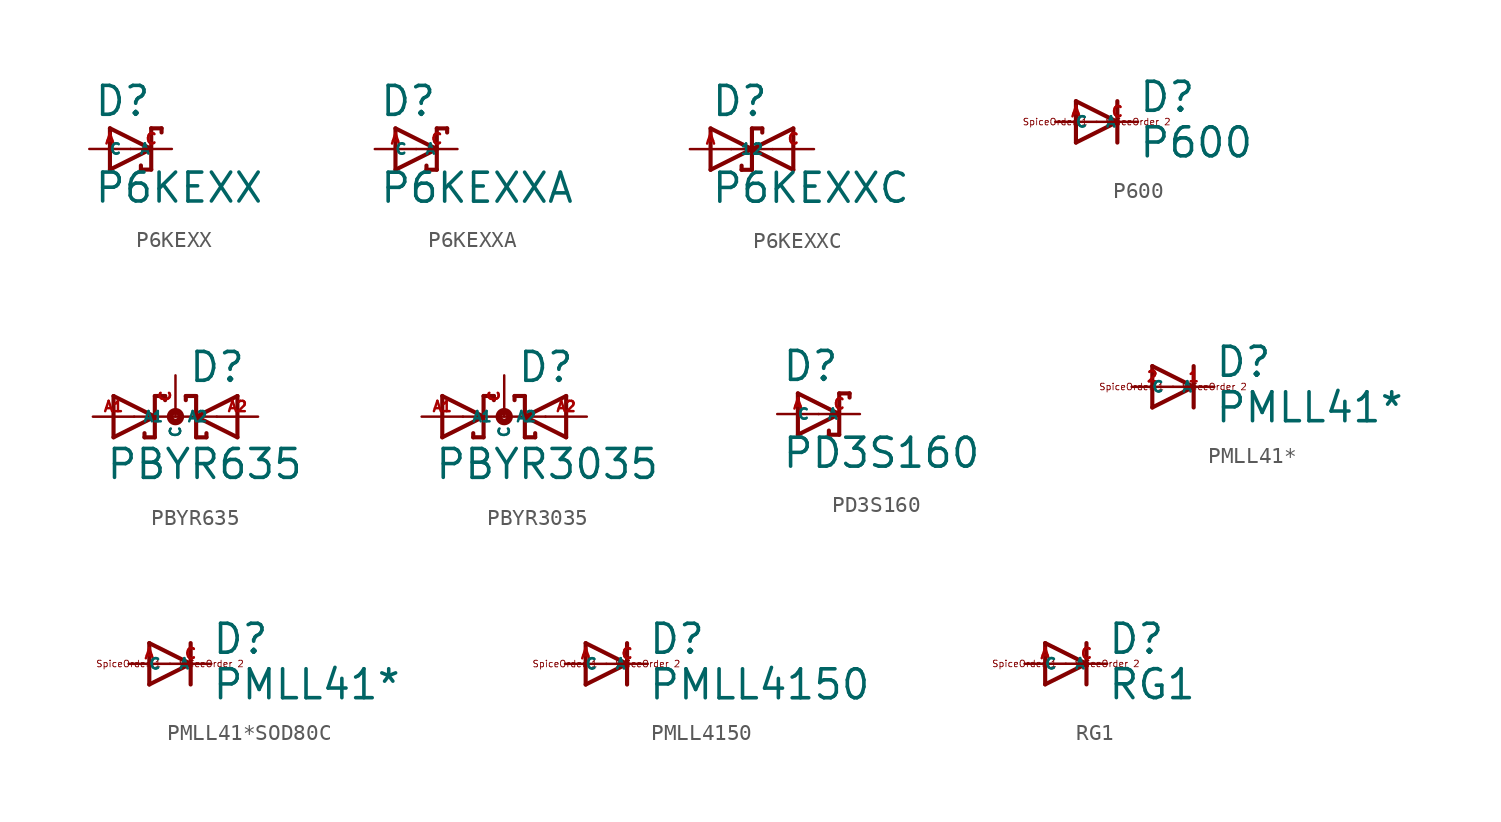
<source format=kicad_sym>
(kicad_symbol_lib
  (version 20220914)
  (generator Eagle2Kicad)
  (symbol "P6KEXX"
    (property "Reference" "D"
      (at -2.286 1.905 0)
      (effects (font (size 1.778 1.778) (thickness 0.22)) (justify left bottom)))
    (property "Value" "P6KEXX"
      (at -2.286 -3.429 0)
      (effects (font (size 1.778 1.778) (thickness 0.22)) (justify left bottom)))
    (polyline
      (pts (xy -1.27 -1.27) (xy 1.27 0))
      (stroke (width 0.254) (type default))
      (fill (type none)))
    (polyline
      (pts (xy 1.27 0) (xy -1.27 1.27))
      (stroke (width 0.254) (type default))
      (fill (type none)))
    (polyline
      (pts (xy 1.905 1.27) (xy 1.27 1.27))
      (stroke (width 0.254) (type default))
      (fill (type none)))
    (polyline
      (pts (xy 1.27 1.27) (xy 1.27 0))
      (stroke (width 0.254) (type default))
      (fill (type none)))
    (polyline
      (pts (xy -1.27 1.27) (xy -1.27 -1.27))
      (stroke (width 0.254) (type default))
      (fill (type none)))
    (polyline
      (pts (xy 1.27 0) (xy 1.27 -1.27))
      (stroke (width 0.254) (type default))
      (fill (type none)))
    (polyline
      (pts (xy 1.905 1.27) (xy 1.905 1.016))
      (stroke (width 0.254) (type default))
      (fill (type none)))
    (polyline
      (pts (xy 1.27 -1.27) (xy 0.635 -1.27))
      (stroke (width 0.254) (type default))
      (fill (type none)))
    (polyline
      (pts (xy 0.635 -1.016) (xy 0.635 -1.27))
      (stroke (width 0.254) (type default))
      (fill (type none)))
    (pin passive line
      (at -2.54 0 0)
      (length 2.54)
      (name "A" (effects (font (size 0.635 0.635) (thickness 0.08)) (justify left bottom)))
      (number "A" (effects (font (size 0.635 0.635) (thickness 0.08)) (justify left bottom))))
    (pin passive line
      (at 2.54 0 180)
      (length 2.54)
      (name "C" (effects (font (size 0.635 0.635) (thickness 0.08)) (justify left bottom)))
      (number "C" (effects (font (size 0.635 0.635) (thickness 0.08)) (justify left bottom)))))
  (symbol "P6KEXXA"
    (property "Reference" "D"
      (at -2.286 1.905 0)
      (effects (font (size 1.778 1.778) (thickness 0.22)) (justify left bottom)))
    (property "Value" "P6KEXXA"
      (at -2.286 -3.429 0)
      (effects (font (size 1.778 1.778) (thickness 0.22)) (justify left bottom)))
    (polyline
      (pts (xy -1.27 -1.27) (xy 1.27 0))
      (stroke (width 0.254) (type default))
      (fill (type none)))
    (polyline
      (pts (xy 1.27 0) (xy -1.27 1.27))
      (stroke (width 0.254) (type default))
      (fill (type none)))
    (polyline
      (pts (xy 1.905 1.27) (xy 1.27 1.27))
      (stroke (width 0.254) (type default))
      (fill (type none)))
    (polyline
      (pts (xy 1.27 1.27) (xy 1.27 0))
      (stroke (width 0.254) (type default))
      (fill (type none)))
    (polyline
      (pts (xy -1.27 1.27) (xy -1.27 -1.27))
      (stroke (width 0.254) (type default))
      (fill (type none)))
    (polyline
      (pts (xy 1.27 0) (xy 1.27 -1.27))
      (stroke (width 0.254) (type default))
      (fill (type none)))
    (polyline
      (pts (xy 1.905 1.27) (xy 1.905 1.016))
      (stroke (width 0.254) (type default))
      (fill (type none)))
    (polyline
      (pts (xy 1.27 -1.27) (xy 0.635 -1.27))
      (stroke (width 0.254) (type default))
      (fill (type none)))
    (polyline
      (pts (xy 0.635 -1.016) (xy 0.635 -1.27))
      (stroke (width 0.254) (type default))
      (fill (type none)))
    (pin passive line
      (at -2.54 0 0)
      (length 2.54)
      (name "A" (effects (font (size 0.635 0.635) (thickness 0.08)) (justify left bottom)))
      (number "A" (effects (font (size 0.635 0.635) (thickness 0.08)) (justify left bottom))))
    (pin passive line
      (at 2.54 0 180)
      (length 2.54)
      (name "C" (effects (font (size 0.635 0.635) (thickness 0.08)) (justify left bottom)))
      (number "C" (effects (font (size 0.635 0.635) (thickness 0.08)) (justify left bottom)))))
  (symbol "P6KEXXC"
    (property "Reference" "D"
      (at -1.27 1.905 0)
      (effects (font (size 1.778 1.778) (thickness 0.22)) (justify left bottom)))
    (property "Value" "P6KEXXC"
      (at -1.27 -3.429 0)
      (effects (font (size 1.778 1.778) (thickness 0.22)) (justify left bottom)))
    (polyline
      (pts (xy -1.27 -1.27) (xy 1.27 0))
      (stroke (width 0.254) (type default))
      (fill (type none)))
    (polyline
      (pts (xy 1.27 0) (xy -1.27 1.27))
      (stroke (width 0.254) (type default))
      (fill (type none)))
    (polyline
      (pts (xy 1.905 1.27) (xy 1.27 1.27))
      (stroke (width 0.254) (type default))
      (fill (type none)))
    (polyline
      (pts (xy 1.27 1.27) (xy 1.27 0))
      (stroke (width 0.254) (type default))
      (fill (type none)))
    (polyline
      (pts (xy 0 0) (xy 1.27 0))
      (stroke (width 0.152) (type default))
      (fill (type none)))
    (polyline
      (pts (xy -1.27 1.27) (xy -1.27 -1.27))
      (stroke (width 0.254) (type default))
      (fill (type none)))
    (polyline
      (pts (xy 1.27 0) (xy 1.27 -1.27))
      (stroke (width 0.254) (type default))
      (fill (type none)))
    (polyline
      (pts (xy 1.27 -1.27) (xy 0.635 -1.27))
      (stroke (width 0.254) (type default))
      (fill (type none)))
    (polyline
      (pts (xy 3.81 1.27) (xy 3.81 -1.27))
      (stroke (width 0.254) (type default))
      (fill (type none)))
    (polyline
      (pts (xy 3.81 -1.27) (xy 1.27 0))
      (stroke (width 0.254) (type default))
      (fill (type none)))
    (polyline
      (pts (xy 1.27 0) (xy 3.81 1.27))
      (stroke (width 0.254) (type default))
      (fill (type none)))
    (polyline
      (pts (xy 1.27 0) (xy 2.54 0))
      (stroke (width 0.152) (type default))
      (fill (type none)))
    (polyline
      (pts (xy 1.905 1.27) (xy 1.905 1.016))
      (stroke (width 0.254) (type default))
      (fill (type none)))
    (polyline
      (pts (xy 0.635 -1.016) (xy 0.635 -1.27))
      (stroke (width 0.254) (type default))
      (fill (type none)))
    (pin passive line
      (at -2.54 0 0)
      (length 2.54)
      (name "1" (effects (font (size 0.635 0.635) (thickness 0.08)) (justify left bottom)))
      (number "A" (effects (font (size 0.635 0.635) (thickness 0.08)) (justify left bottom))))
    (pin passive line
      (at 5.08 0 180)
      (length 2.54)
      (name "2" (effects (font (size 0.635 0.635) (thickness 0.08)) (justify left bottom)))
      (number "C" (effects (font (size 0.635 0.635) (thickness 0.08)) (justify left bottom)))))
  (symbol "P600"
    (property "Reference" "D"
      (at 2.54 0.483 0)
      (effects (font (size 1.778 1.778) (thickness 0.22)) (justify left bottom)))
    (property "Value" "P600"
      (at 2.54 -2.311 0)
      (effects (font (size 1.778 1.778) (thickness 0.22)) (justify left bottom)))
    (polyline
      (pts (xy -1.27 -1.27) (xy 1.27 0))
      (stroke (width 0.254) (type default))
      (fill (type none)))
    (polyline
      (pts (xy 1.27 0) (xy -1.27 1.27))
      (stroke (width 0.254) (type default))
      (fill (type none)))
    (polyline
      (pts (xy 1.27 1.27) (xy 1.27 0))
      (stroke (width 0.254) (type default))
      (fill (type none)))
    (polyline
      (pts (xy -1.27 1.27) (xy -1.27 -1.27))
      (stroke (width 0.254) (type default))
      (fill (type none)))
    (polyline
      (pts (xy 1.27 0) (xy 1.27 -1.27))
      (stroke (width 0.254) (type default))
      (fill (type none)))
    (text "SpiceOrder 1"
      (at -2.54 0 0)
      (effects (font (size 0.406 0.406) (thickness 0.05))))
    (text "SpiceOrder 2"
      (at 2.54 0 0)
      (effects (font (size 0.406 0.406) (thickness 0.05))))
    (pin passive line
      (at -2.54 0 0)
      (length 2.54)
      (name "A" (effects (font (size 0.635 0.635) (thickness 0.08)) (justify left bottom)))
      (number "A" (effects (font (size 0.635 0.635) (thickness 0.08)) (justify left bottom))))
    (pin passive line
      (at 2.54 0 180)
      (length 2.54)
      (name "C" (effects (font (size 0.635 0.635) (thickness 0.08)) (justify left bottom)))
      (number "C" (effects (font (size 0.635 0.635) (thickness 0.08)) (justify left bottom)))))
  (symbol "PBYR635"
    (property "Reference" "D"
      (at 0.762 2.007 0)
      (effects (font (size 1.778 1.778) (thickness 0.22)) (justify left bottom)))
    (property "Value" "PBYR635"
      (at -4.318 -3.962 0)
      (effects (font (size 1.778 1.778) (thickness 0.22)) (justify left bottom)))
    (polyline
      (pts (xy -3.81 -1.27) (xy -1.27 0))
      (stroke (width 0.254) (type default))
      (fill (type none)))
    (polyline
      (pts (xy -1.27 0) (xy -3.81 1.27))
      (stroke (width 0.254) (type default))
      (fill (type none)))
    (polyline
      (pts (xy -2.54 0) (xy -1.27 0))
      (stroke (width 0.152) (type default))
      (fill (type none)))
    (polyline
      (pts (xy -3.81 1.27) (xy -3.81 -1.27))
      (stroke (width 0.254) (type default))
      (fill (type none)))
    (polyline
      (pts (xy 3.81 1.27) (xy 1.27 0))
      (stroke (width 0.254) (type default))
      (fill (type none)))
    (polyline
      (pts (xy 1.27 0) (xy 3.81 -1.27))
      (stroke (width 0.254) (type default))
      (fill (type none)))
    (polyline
      (pts (xy 2.54 0) (xy 1.27 0))
      (stroke (width 0.152) (type default))
      (fill (type none)))
    (polyline
      (pts (xy 3.81 -1.27) (xy 3.81 1.27))
      (stroke (width 0.254) (type default))
      (fill (type none)))
    (polyline
      (pts (xy -0.635 1.016) (xy -0.635 1.27))
      (stroke (width 0.254) (type default))
      (fill (type none)))
    (polyline
      (pts (xy -0.635 1.27) (xy -1.27 1.27))
      (stroke (width 0.254) (type default))
      (fill (type none)))
    (polyline
      (pts (xy -1.27 1.27) (xy -1.27 0))
      (stroke (width 0.254) (type default))
      (fill (type none)))
    (polyline
      (pts (xy -1.905 -1.016) (xy -1.905 -1.27))
      (stroke (width 0.254) (type default))
      (fill (type none)))
    (polyline
      (pts (xy -1.27 0) (xy -1.27 -1.27))
      (stroke (width 0.254) (type default))
      (fill (type none)))
    (polyline
      (pts (xy -1.27 -1.27) (xy -1.905 -1.27))
      (stroke (width 0.254) (type default))
      (fill (type none)))
    (polyline
      (pts (xy 1.905 -1.016) (xy 1.905 -1.27))
      (stroke (width 0.254) (type default))
      (fill (type none)))
    (polyline
      (pts (xy 1.905 -1.27) (xy 1.27 -1.27))
      (stroke (width 0.254) (type default))
      (fill (type none)))
    (polyline
      (pts (xy 1.27 -1.27) (xy 1.27 0))
      (stroke (width 0.254) (type default))
      (fill (type none)))
    (polyline
      (pts (xy 0.635 1.016) (xy 0.635 1.27))
      (stroke (width 0.254) (type default))
      (fill (type none)))
    (polyline
      (pts (xy 1.27 0) (xy 1.27 1.27))
      (stroke (width 0.254) (type default))
      (fill (type none)))
    (polyline
      (pts (xy 1.27 1.27) (xy 0.635 1.27))
      (stroke (width 0.254) (type default))
      (fill (type none)))
    (polyline
      (pts (xy -1.27 0) (xy 1.27 0))
      (stroke (width 0.152) (type default))
      (fill (type none)))
    (circle
      (center 0 0)
      (radius 0.127)
      (stroke (width 0.406) (type default))
      (fill (type none)))
    (pin passive line
      (at -5.08 0 0)
      (length 2.54)
      (name "A1" (effects (font (size 0.635 0.635) (thickness 0.08)) (justify left bottom)))
      (number "A1" (effects (font (size 0.635 0.635) (thickness 0.08)) (justify left bottom))))
    (pin passive line
      (at 5.08 0 180)
      (length 2.54)
      (name "A2" (effects (font (size 0.635 0.635) (thickness 0.08)) (justify left bottom)))
      (number "A2" (effects (font (size 0.635 0.635) (thickness 0.08)) (justify left bottom))))
    (pin passive line
      (at 0 2.54 270)
      (length 2.54)
      (name "C" (effects (font (size 0.635 0.635) (thickness 0.08)) (justify left bottom)))
      (number "C" (effects (font (size 0.635 0.635) (thickness 0.08)) (justify left bottom)))))
  (symbol "PBYR3035"
    (property "Reference" "D"
      (at 0.762 2.007 0)
      (effects (font (size 1.778 1.778) (thickness 0.22)) (justify left bottom)))
    (property "Value" "PBYR3035"
      (at -4.318 -3.962 0)
      (effects (font (size 1.778 1.778) (thickness 0.22)) (justify left bottom)))
    (polyline
      (pts (xy -3.81 -1.27) (xy -1.27 0))
      (stroke (width 0.254) (type default))
      (fill (type none)))
    (polyline
      (pts (xy -1.27 0) (xy -3.81 1.27))
      (stroke (width 0.254) (type default))
      (fill (type none)))
    (polyline
      (pts (xy -2.54 0) (xy -1.27 0))
      (stroke (width 0.152) (type default))
      (fill (type none)))
    (polyline
      (pts (xy -3.81 1.27) (xy -3.81 -1.27))
      (stroke (width 0.254) (type default))
      (fill (type none)))
    (polyline
      (pts (xy 3.81 1.27) (xy 1.27 0))
      (stroke (width 0.254) (type default))
      (fill (type none)))
    (polyline
      (pts (xy 1.27 0) (xy 3.81 -1.27))
      (stroke (width 0.254) (type default))
      (fill (type none)))
    (polyline
      (pts (xy 2.54 0) (xy 1.27 0))
      (stroke (width 0.152) (type default))
      (fill (type none)))
    (polyline
      (pts (xy 3.81 -1.27) (xy 3.81 1.27))
      (stroke (width 0.254) (type default))
      (fill (type none)))
    (polyline
      (pts (xy -0.635 1.016) (xy -0.635 1.27))
      (stroke (width 0.254) (type default))
      (fill (type none)))
    (polyline
      (pts (xy -0.635 1.27) (xy -1.27 1.27))
      (stroke (width 0.254) (type default))
      (fill (type none)))
    (polyline
      (pts (xy -1.27 1.27) (xy -1.27 0))
      (stroke (width 0.254) (type default))
      (fill (type none)))
    (polyline
      (pts (xy -1.905 -1.016) (xy -1.905 -1.27))
      (stroke (width 0.254) (type default))
      (fill (type none)))
    (polyline
      (pts (xy -1.27 0) (xy -1.27 -1.27))
      (stroke (width 0.254) (type default))
      (fill (type none)))
    (polyline
      (pts (xy -1.27 -1.27) (xy -1.905 -1.27))
      (stroke (width 0.254) (type default))
      (fill (type none)))
    (polyline
      (pts (xy 1.905 -1.016) (xy 1.905 -1.27))
      (stroke (width 0.254) (type default))
      (fill (type none)))
    (polyline
      (pts (xy 1.905 -1.27) (xy 1.27 -1.27))
      (stroke (width 0.254) (type default))
      (fill (type none)))
    (polyline
      (pts (xy 1.27 -1.27) (xy 1.27 0))
      (stroke (width 0.254) (type default))
      (fill (type none)))
    (polyline
      (pts (xy 0.635 1.016) (xy 0.635 1.27))
      (stroke (width 0.254) (type default))
      (fill (type none)))
    (polyline
      (pts (xy 1.27 0) (xy 1.27 1.27))
      (stroke (width 0.254) (type default))
      (fill (type none)))
    (polyline
      (pts (xy 1.27 1.27) (xy 0.635 1.27))
      (stroke (width 0.254) (type default))
      (fill (type none)))
    (polyline
      (pts (xy -1.27 0) (xy 1.27 0))
      (stroke (width 0.152) (type default))
      (fill (type none)))
    (circle
      (center 0 0)
      (radius 0.127)
      (stroke (width 0.406) (type default))
      (fill (type none)))
    (pin passive line
      (at -5.08 0 0)
      (length 2.54)
      (name "A1" (effects (font (size 0.635 0.635) (thickness 0.08)) (justify left bottom)))
      (number "A1" (effects (font (size 0.635 0.635) (thickness 0.08)) (justify left bottom))))
    (pin passive line
      (at 5.08 0 180)
      (length 2.54)
      (name "A2" (effects (font (size 0.635 0.635) (thickness 0.08)) (justify left bottom)))
      (number "A2" (effects (font (size 0.635 0.635) (thickness 0.08)) (justify left bottom))))
    (pin passive line
      (at 0 2.54 270)
      (length 2.54)
      (name "C" (effects (font (size 0.635 0.635) (thickness 0.08)) (justify left bottom)))
      (number "C" (effects (font (size 0.635 0.635) (thickness 0.08)) (justify left bottom)))))
  (symbol "PD3S160"
    (property "Reference" "D"
      (at -2.286 1.905 0)
      (effects (font (size 1.778 1.778) (thickness 0.22)) (justify left bottom)))
    (property "Value" "PD3S160"
      (at -2.286 -3.429 0)
      (effects (font (size 1.778 1.778) (thickness 0.22)) (justify left bottom)))
    (polyline
      (pts (xy -1.27 -1.27) (xy 1.27 0))
      (stroke (width 0.254) (type default))
      (fill (type none)))
    (polyline
      (pts (xy 1.27 0) (xy -1.27 1.27))
      (stroke (width 0.254) (type default))
      (fill (type none)))
    (polyline
      (pts (xy 1.905 1.27) (xy 1.27 1.27))
      (stroke (width 0.254) (type default))
      (fill (type none)))
    (polyline
      (pts (xy 1.27 1.27) (xy 1.27 0))
      (stroke (width 0.254) (type default))
      (fill (type none)))
    (polyline
      (pts (xy -1.27 1.27) (xy -1.27 -1.27))
      (stroke (width 0.254) (type default))
      (fill (type none)))
    (polyline
      (pts (xy 1.27 0) (xy 1.27 -1.27))
      (stroke (width 0.254) (type default))
      (fill (type none)))
    (polyline
      (pts (xy 1.905 1.27) (xy 1.905 1.016))
      (stroke (width 0.254) (type default))
      (fill (type none)))
    (polyline
      (pts (xy 1.27 -1.27) (xy 0.635 -1.27))
      (stroke (width 0.254) (type default))
      (fill (type none)))
    (polyline
      (pts (xy 0.635 -1.016) (xy 0.635 -1.27))
      (stroke (width 0.254) (type default))
      (fill (type none)))
    (pin passive line
      (at -2.54 0 0)
      (length 2.54)
      (name "A" (effects (font (size 0.635 0.635) (thickness 0.08)) (justify left bottom)))
      (number "A" (effects (font (size 0.635 0.635) (thickness 0.08)) (justify left bottom))))
    (pin passive line
      (at 2.54 0 180)
      (length 2.54)
      (name "C" (effects (font (size 0.635 0.635) (thickness 0.08)) (justify left bottom)))
      (number "C" (effects (font (size 0.635 0.635) (thickness 0.08)) (justify left bottom)))))
  (symbol "PMLL41*"
    (property "Reference" "D"
      (at 2.54 0.483 0)
      (effects (font (size 1.778 1.778) (thickness 0.22)) (justify left bottom)))
    (property "Value" "PMLL41*"
      (at 2.54 -2.311 0)
      (effects (font (size 1.778 1.778) (thickness 0.22)) (justify left bottom)))
    (polyline
      (pts (xy -1.27 -1.27) (xy 1.27 0))
      (stroke (width 0.254) (type default))
      (fill (type none)))
    (polyline
      (pts (xy 1.27 0) (xy -1.27 1.27))
      (stroke (width 0.254) (type default))
      (fill (type none)))
    (polyline
      (pts (xy 1.27 1.27) (xy 1.27 0))
      (stroke (width 0.254) (type default))
      (fill (type none)))
    (polyline
      (pts (xy -1.27 1.27) (xy -1.27 -1.27))
      (stroke (width 0.254) (type default))
      (fill (type none)))
    (polyline
      (pts (xy 1.27 0) (xy 1.27 -1.27))
      (stroke (width 0.254) (type default))
      (fill (type none)))
    (text "SpiceOrder 1"
      (at -2.54 0 0)
      (effects (font (size 0.406 0.406) (thickness 0.05))))
    (text "SpiceOrder 2"
      (at 2.54 0 0)
      (effects (font (size 0.406 0.406) (thickness 0.05))))
    (pin passive line
      (at -2.54 0 0)
      (length 2.54)
      (name "A" (effects (font (size 0.635 0.635) (thickness 0.08)) (justify left bottom)))
      (number "2" (effects (font (size 0.635 0.635) (thickness 0.08)) (justify left bottom))))
    (pin passive line
      (at 2.54 0 180)
      (length 2.54)
      (name "C" (effects (font (size 0.635 0.635) (thickness 0.08)) (justify left bottom)))
      (number "1" (effects (font (size 0.635 0.635) (thickness 0.08)) (justify left bottom)))))
  (symbol "PMLL41*SOD80C"
    (property "Reference" "D"
      (at 2.54 0.483 0)
      (effects (font (size 1.778 1.778) (thickness 0.22)) (justify left bottom)))
    (property "Value" "PMLL41*"
      (at 2.54 -2.311 0)
      (effects (font (size 1.778 1.778) (thickness 0.22)) (justify left bottom)))
    (polyline
      (pts (xy -1.27 -1.27) (xy 1.27 0))
      (stroke (width 0.254) (type default))
      (fill (type none)))
    (polyline
      (pts (xy 1.27 0) (xy -1.27 1.27))
      (stroke (width 0.254) (type default))
      (fill (type none)))
    (polyline
      (pts (xy 1.27 1.27) (xy 1.27 0))
      (stroke (width 0.254) (type default))
      (fill (type none)))
    (polyline
      (pts (xy -1.27 1.27) (xy -1.27 -1.27))
      (stroke (width 0.254) (type default))
      (fill (type none)))
    (polyline
      (pts (xy 1.27 0) (xy 1.27 -1.27))
      (stroke (width 0.254) (type default))
      (fill (type none)))
    (text "SpiceOrder 1"
      (at -2.54 0 0)
      (effects (font (size 0.406 0.406) (thickness 0.05))))
    (text "SpiceOrder 2"
      (at 2.54 0 0)
      (effects (font (size 0.406 0.406) (thickness 0.05))))
    (pin passive line
      (at -2.54 0 0)
      (length 2.54)
      (name "A" (effects (font (size 0.635 0.635) (thickness 0.08)) (justify left bottom)))
      (number "A" (effects (font (size 0.635 0.635) (thickness 0.08)) (justify left bottom))))
    (pin passive line
      (at 2.54 0 180)
      (length 2.54)
      (name "C" (effects (font (size 0.635 0.635) (thickness 0.08)) (justify left bottom)))
      (number "C" (effects (font (size 0.635 0.635) (thickness 0.08)) (justify left bottom)))))
  (symbol "PMLL4150"
    (property "Reference" "D"
      (at 2.54 0.483 0)
      (effects (font (size 1.778 1.778) (thickness 0.22)) (justify left bottom)))
    (property "Value" "PMLL4150"
      (at 2.54 -2.311 0)
      (effects (font (size 1.778 1.778) (thickness 0.22)) (justify left bottom)))
    (polyline
      (pts (xy -1.27 -1.27) (xy 1.27 0))
      (stroke (width 0.254) (type default))
      (fill (type none)))
    (polyline
      (pts (xy 1.27 0) (xy -1.27 1.27))
      (stroke (width 0.254) (type default))
      (fill (type none)))
    (polyline
      (pts (xy 1.27 1.27) (xy 1.27 0))
      (stroke (width 0.254) (type default))
      (fill (type none)))
    (polyline
      (pts (xy -1.27 1.27) (xy -1.27 -1.27))
      (stroke (width 0.254) (type default))
      (fill (type none)))
    (polyline
      (pts (xy 1.27 0) (xy 1.27 -1.27))
      (stroke (width 0.254) (type default))
      (fill (type none)))
    (text "SpiceOrder 1"
      (at -2.54 0 0)
      (effects (font (size 0.406 0.406) (thickness 0.05))))
    (text "SpiceOrder 2"
      (at 2.54 0 0)
      (effects (font (size 0.406 0.406) (thickness 0.05))))
    (pin passive line
      (at -2.54 0 0)
      (length 2.54)
      (name "A" (effects (font (size 0.635 0.635) (thickness 0.08)) (justify left bottom)))
      (number "A" (effects (font (size 0.635 0.635) (thickness 0.08)) (justify left bottom))))
    (pin passive line
      (at 2.54 0 180)
      (length 2.54)
      (name "C" (effects (font (size 0.635 0.635) (thickness 0.08)) (justify left bottom)))
      (number "C" (effects (font (size 0.635 0.635) (thickness 0.08)) (justify left bottom)))))
  (symbol "RG1"
    (property "Reference" "D"
      (at 2.54 0.483 0)
      (effects (font (size 1.778 1.778) (thickness 0.22)) (justify left bottom)))
    (property "Value" "RG1"
      (at 2.54 -2.311 0)
      (effects (font (size 1.778 1.778) (thickness 0.22)) (justify left bottom)))
    (polyline
      (pts (xy -1.27 -1.27) (xy 1.27 0))
      (stroke (width 0.254) (type default))
      (fill (type none)))
    (polyline
      (pts (xy 1.27 0) (xy -1.27 1.27))
      (stroke (width 0.254) (type default))
      (fill (type none)))
    (polyline
      (pts (xy 1.27 1.27) (xy 1.27 0))
      (stroke (width 0.254) (type default))
      (fill (type none)))
    (polyline
      (pts (xy -1.27 1.27) (xy -1.27 -1.27))
      (stroke (width 0.254) (type default))
      (fill (type none)))
    (polyline
      (pts (xy 1.27 0) (xy 1.27 -1.27))
      (stroke (width 0.254) (type default))
      (fill (type none)))
    (text "SpiceOrder 1"
      (at -2.54 0 0)
      (effects (font (size 0.406 0.406) (thickness 0.05))))
    (text "SpiceOrder 2"
      (at 2.54 0 0)
      (effects (font (size 0.406 0.406) (thickness 0.05))))
    (pin passive line
      (at -2.54 0 0)
      (length 2.54)
      (name "A" (effects (font (size 0.635 0.635) (thickness 0.08)) (justify left bottom)))
      (number "A" (effects (font (size 0.635 0.635) (thickness 0.08)) (justify left bottom))))
    (pin passive line
      (at 2.54 0 180)
      (length 2.54)
      (name "C" (effects (font (size 0.635 0.635) (thickness 0.08)) (justify left bottom)))
      (number "C" (effects (font (size 0.635 0.635) (thickness 0.08)) (justify left bottom))))))
</source>
